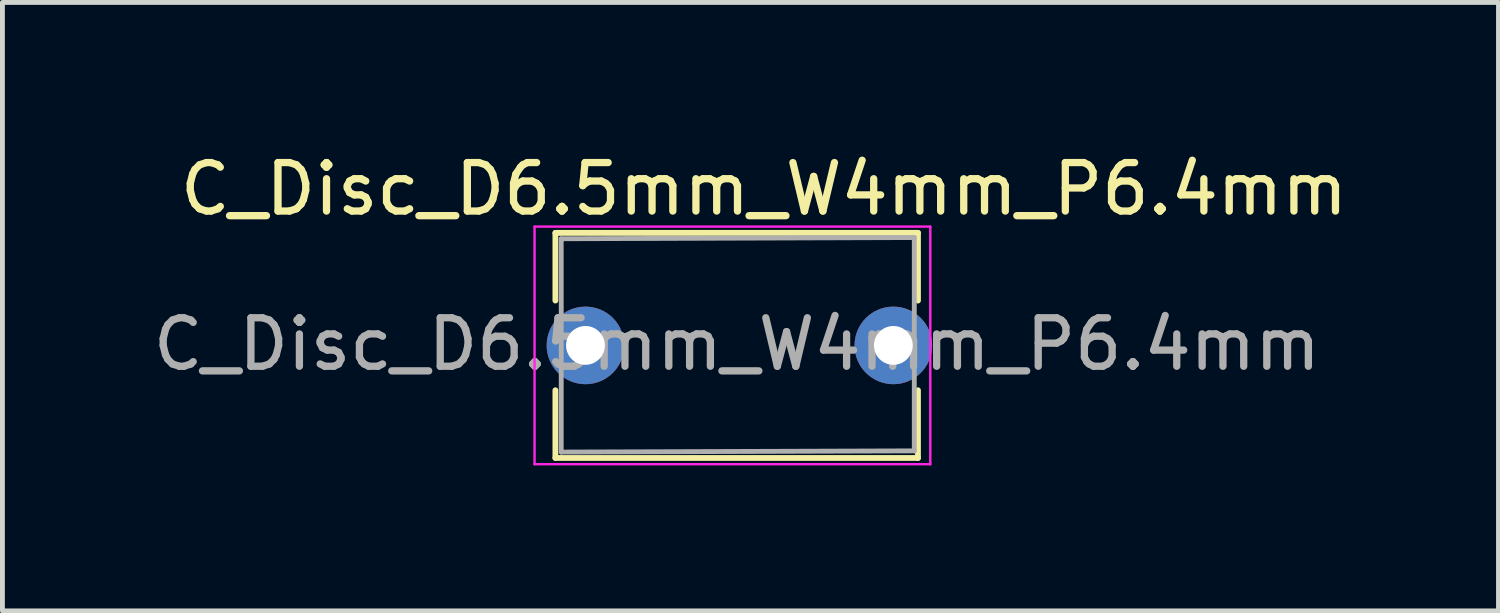
<source format=kicad_pcb>
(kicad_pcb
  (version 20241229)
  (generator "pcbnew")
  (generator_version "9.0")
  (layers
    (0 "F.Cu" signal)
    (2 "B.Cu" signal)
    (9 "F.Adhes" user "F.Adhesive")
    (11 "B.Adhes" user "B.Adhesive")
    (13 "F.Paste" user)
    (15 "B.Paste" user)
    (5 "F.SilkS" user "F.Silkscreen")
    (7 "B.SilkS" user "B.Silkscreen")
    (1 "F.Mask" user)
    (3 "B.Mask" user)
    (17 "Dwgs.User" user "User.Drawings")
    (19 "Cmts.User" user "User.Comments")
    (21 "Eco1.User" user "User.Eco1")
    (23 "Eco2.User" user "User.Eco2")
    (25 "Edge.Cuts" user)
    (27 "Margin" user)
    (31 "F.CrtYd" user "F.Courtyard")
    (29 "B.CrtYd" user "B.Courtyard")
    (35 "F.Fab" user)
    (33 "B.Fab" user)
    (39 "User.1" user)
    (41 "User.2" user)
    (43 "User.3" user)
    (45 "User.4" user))
  (footprint "C_Disc_D6.5mm_W4mm_P6.4mm"
    (layer "F.Cu")
    (at 9.025 4.074)
    (property "Reference" "C_Disc_D6.5mm_W4mm_P6.4mm" (at 3.683 -3.226 0) (layer "F.SilkS") (effects (font (size 1 1) (thickness 0.15))))
    (attr through_hole)
    (fp_line (start -0.62 -2.321) (end -0.62 -0.925) (stroke (width 0.12) (type solid)) (layer "F.SilkS"))
    (fp_line (start -0.62 -2.321) (end 6.858 -2.321) (stroke (width 0.12) (type solid)) (layer "F.SilkS"))
    (fp_line (start -0.62 0.925) (end -0.62 2.321) (stroke (width 0.12) (type solid)) (layer "F.SilkS"))
    (fp_line (start -0.62 2.321) (end 6.858 2.321) (stroke (width 0.12) (type solid)) (layer "F.SilkS"))
    (fp_line (start 6.858 -2.321) (end 6.858 -0.925) (stroke (width 0.12) (type solid)) (layer "F.SilkS"))
    (fp_line (start 6.858 0.925) (end 6.858 2.321) (stroke (width 0.12) (type solid)) (layer "F.SilkS"))
    (fp_line (start -1.05 -2.45) (end -1.05 2.45) (stroke (width 0.05) (type solid)) (layer "F.CrtYd"))
    (fp_line (start -1.05 2.45) (end 7.112 2.45) (stroke (width 0.05) (type solid)) (layer "F.CrtYd"))
    (fp_line (start 7.112 -2.45) (end -1.05 -2.45) (stroke (width 0.05) (type solid)) (layer "F.CrtYd"))
    (fp_line (start 7.112 2.45) (end 7.112 -2.45) (stroke (width 0.05) (type solid)) (layer "F.CrtYd"))
    (fp_line (start -0.5 -2.2) (end -0.5 2.2) (stroke (width 0.1) (type solid)) (layer "F.Fab"))
    (fp_line (start -0.5 2.2) (end 6.782 2.175) (stroke (width 0.1) (type solid)) (layer "F.Fab"))
    (fp_line (start 6.782 -2.225) (end -0.5 -2.2) (stroke (width 0.1) (type solid)) (layer "F.Fab"))
    (fp_line (start 6.782 2.175) (end 6.782 -2.225) (stroke (width 0.1) (type solid)) (layer "F.Fab"))
    (fp_text user "${REFERENCE}" (at 3.124 -0.025 0) (layer "F.Fab") (effects (font (size 1 1) (thickness 0.15))))
    (pad "1" thru_hole circle (at 0 0) (size 1.6 1.6) (drill 0.8) (layers "*.Cu" "*.Mask"))
    (pad "2" thru_hole circle (at 6.35 0) (size 1.6 1.6) (drill 0.8) (layers "*.Cu" "*.Mask")))
  (gr_rect
    (start -3 -3)
    (end 27.856 9.549)
    (stroke (width 0.1) (type default))
    (fill no)
    (layer "Edge.Cuts")))
</source>
